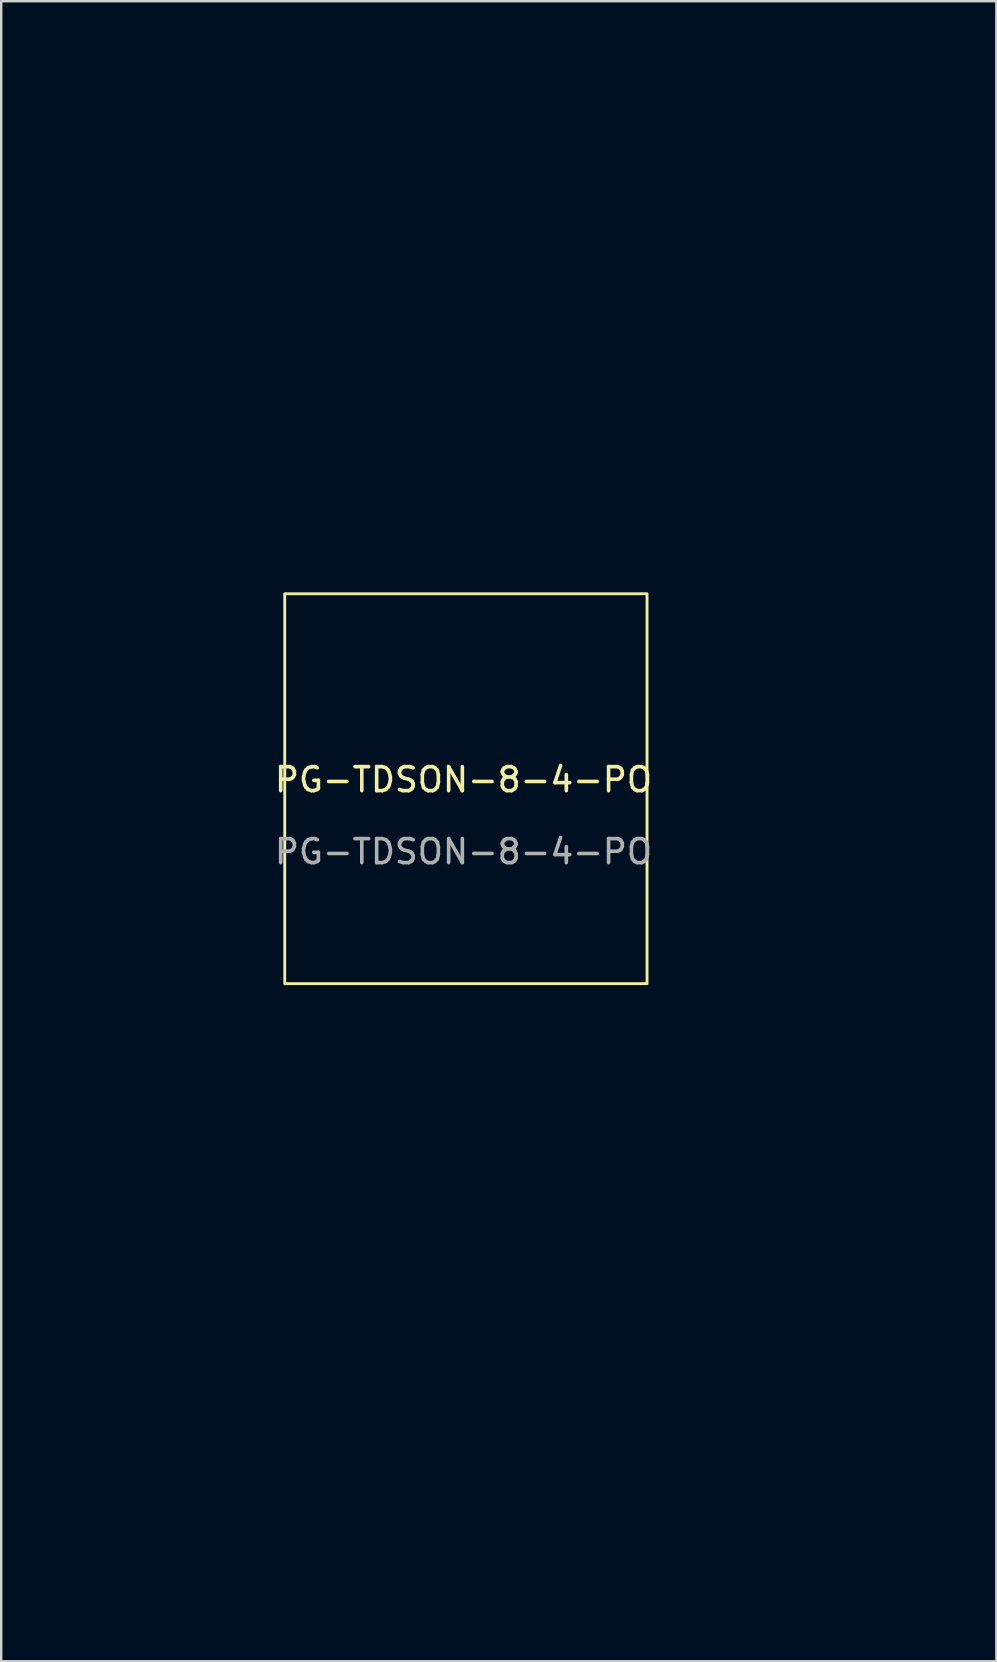
<source format=kicad_pcb>
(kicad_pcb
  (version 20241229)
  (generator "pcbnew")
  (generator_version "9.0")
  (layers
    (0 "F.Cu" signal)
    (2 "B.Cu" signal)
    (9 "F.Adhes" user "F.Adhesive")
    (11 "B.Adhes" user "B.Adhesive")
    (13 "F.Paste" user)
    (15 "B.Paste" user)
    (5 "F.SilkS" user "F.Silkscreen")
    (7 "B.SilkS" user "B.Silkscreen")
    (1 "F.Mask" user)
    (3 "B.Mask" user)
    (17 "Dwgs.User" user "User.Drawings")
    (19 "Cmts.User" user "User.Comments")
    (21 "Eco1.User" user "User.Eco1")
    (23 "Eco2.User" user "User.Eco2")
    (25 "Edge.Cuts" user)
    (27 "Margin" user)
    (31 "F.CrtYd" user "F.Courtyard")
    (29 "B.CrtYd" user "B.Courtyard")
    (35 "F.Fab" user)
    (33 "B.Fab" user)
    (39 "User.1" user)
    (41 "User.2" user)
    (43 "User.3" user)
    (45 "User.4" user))
  (footprint "PG-TDSON-8-4-PO"
    (layer "F.Cu")
    (at 16.268 29.948)
    (property "Reference" "PG-TDSON-8-4-PO" (at 0 -0.5 0) (unlocked yes) (layer "F.SilkS") (effects (font (size 1 1) (thickness 0.15))))
    (attr smd)
    (fp_rect (start -7.45 -8.25) (end 7.65 8) (stroke (width 0.12) (type solid)) (fill no) (layer "F.SilkS"))
    (fp_poly (pts (xy -11.115 -24.022) (xy -11.243 -23.893) (xy -11.372 -24.022) (xy -11.243 -24.15)) (stroke (width 0.1) (type solid)) (fill no) (layer "Eco2.User"))
    (fp_poly (pts (xy -2.392 23.956) (xy -2.52 24.084) (xy -2.648 23.956) (xy -2.52 23.828)) (stroke (width 0.1) (type solid)) (fill no) (layer "Eco2.User"))
    (fp_poly (pts (xy -0.596 -18.89) (xy -0.724 -18.762) (xy -0.853 -18.89) (xy -0.724 -19.019)) (stroke (width 0.1) (type solid)) (fill no) (layer "Eco2.User"))
    (fp_poly (pts (xy -0.596 28.318) (xy -0.724 28.446) (xy -0.853 28.318) (xy -0.724 28.189)) (stroke (width 0.1) (type solid)) (fill no) (layer "Eco2.User"))
    (fp_poly (pts (xy -0.083 19.081) (xy -0.211 19.21) (xy -0.339 19.081) (xy -0.211 18.953)) (stroke (width 0.1) (type solid)) (fill no) (layer "Eco2.User"))
    (fp_poly (pts (xy 0.174 -27.614) (xy 0.045 -27.485) (xy -0.083 -27.614) (xy 0.045 -27.742)) (stroke (width 0.1) (type solid)) (fill no) (layer "Eco2.User"))
    (fp_poly (pts (xy 11.463 -15.042) (xy 11.334 -14.914) (xy 11.206 -15.042) (xy 11.334 -15.17)) (stroke (width 0.1) (type solid)) (fill no) (layer "Eco2.User"))
    (fp_poly (pts (xy 12.232 7.536) (xy 12.104 7.664) (xy 11.976 7.536) (xy 12.104 7.408)) (stroke (width 0.1) (type solid)) (fill no) (layer "Eco2.User"))
    (fp_poly (pts (xy 12.489 -4.523) (xy 12.361 -4.394) (xy 12.232 -4.523) (xy 12.361 -4.651)) (stroke (width 0.1) (type solid)) (fill no) (layer "Eco2.User"))
    (fp_poly (pts (xy 17.62 3.687) (xy 17.492 3.816) (xy 17.364 3.687) (xy 17.492 3.559)) (stroke (width 0.1) (type solid)) (fill no) (layer "Eco2.User"))
    (fp_poly (pts (xy 0.088 -7.644) (xy 0.119 -7.34) (xy 0.088 -7.302) (xy -0.064 -7.337) (xy -0.083 -7.473) (xy 0.011 -7.684)) (stroke (width 0.1) (type solid)) (fill no) (layer "Eco2.User"))
    (fp_poly (pts (xy 0.088 7.237) (xy 0.119 7.541) (xy 0.088 7.579) (xy -0.064 7.543) (xy -0.083 7.408) (xy 0.011 7.196)) (stroke (width 0.1) (type solid)) (fill no) (layer "Eco2.User"))
    (fp_poly (pts (xy 6.759 32.38) (xy 6.724 32.532) (xy 6.588 32.551) (xy 6.377 32.457) (xy 6.417 32.38) (xy 6.721 32.349)) (stroke (width 0.1) (type solid)) (fill no) (layer "Eco2.User"))
    (fp_poly (pts (xy 0.098 -9.59) (xy 0.141 -8.842) (xy 0.098 -8.435) (xy 0.035 -8.314) (xy -0.005 -8.636) (xy -0.013 -9.013) (xy 0.007 -9.568) (xy 0.058 -9.72)) (stroke (width 0.1) (type solid)) (fill no) (layer "Eco2.User"))
    (fp_poly (pts (xy 0.098 -0.61) (xy 0.141 0.138) (xy 0.098 0.544) (xy 0.035 0.666) (xy -0.005 0.344) (xy -0.013 -0.033) (xy 0.007 -0.588) (xy 0.058 -0.74)) (stroke (width 0.1) (type solid)) (fill no) (layer "Eco2.User"))
    (fp_poly (pts (xy 0.098 14.271) (xy 0.141 15.018) (xy 0.098 15.425) (xy 0.035 15.547) (xy -0.005 15.224) (xy -0.013 14.848) (xy 0.007 14.293) (xy 0.058 14.141)) (stroke (width 0.1) (type solid)) (fill no) (layer "Eco2.User"))
    (fp_poly (pts (xy 9.391 32.035) (xy 9.402 32.359) (xy 9.357 32.939) (xy 9.198 33.024) (xy 9.027 32.81) (xy 9.011 32.403) (xy 9.132 32.104) (xy 9.319 31.853)) (stroke (width 0.1) (type solid)) (fill no) (layer "Eco2.User"))
    (fp_poly (pts (xy 8.705 31.946) (xy 8.732 32.344) (xy 8.653 32.661) (xy 8.489 32.979) (xy 8.348 32.826) (xy 8.324 32.766) (xy 8.29 32.363) (xy 8.41 31.999) (xy 8.598 31.856)) (stroke (width 0.1) (type solid)) (fill no) (layer "Eco2.User"))
    (fp_poly (pts (xy 3.509 15.105) (xy 0.943 15.105) (xy 0.943 14.848) (xy 1.2 14.848) (xy 3.253 14.848) (xy 3.253 10.743) (xy 1.2 10.743) (xy 1.2 14.848) (xy 0.943 14.848) (xy 0.943 10.486) (xy 3.509 10.486)) (stroke (width 0.1) (type solid)) (fill no) (layer "Eco2.User"))
    (fp_poly (pts (xy 11.132 8.729) (xy 11.769 8.763) (xy 11.907 8.813) (xy 11.592 8.88) (xy 11.005 9.022) (xy 10.694 9.198) (xy 10.446 9.213) (xy 10.234 9.047) (xy 10.109 8.835) (xy 10.307 8.737) (xy 10.911 8.723)) (stroke (width 0.1) (type solid)) (fill no) (layer "Eco2.User"))
    (fp_poly (pts (xy 13.708 31.785) (xy 13.99 31.837) (xy 13.814 32.006) (xy 13.533 32.289) (xy 13.512 32.394) (xy 13.467 32.762) (xy 13.426 32.878) (xy 13.331 32.895) (xy 13.279 32.498) (xy 13.279 32.487) (xy 13.366 31.944) (xy 13.707 31.785)) (stroke (width 0.1) (type solid)) (fill no) (layer "Eco2.User"))
    (fp_poly (pts (xy 0.101 -5.697) (xy 0.107 -5.613) (xy 0.144 -4.439) (xy 0.13 -3.168) (xy 0.107 -2.663) (xy 0.072 -2.326) (xy 0.043 -2.459) (xy 0.023 -3.019) (xy 0.014 -3.962) (xy 0.014 -4.138) (xy 0.021 -5.136) (xy 0.04 -5.757) (xy 0.067 -5.959)) (stroke (width 0.1) (type solid)) (fill no) (layer "Eco2.User"))
    (fp_poly (pts (xy 0.101 2.513) (xy 0.107 2.597) (xy 0.144 3.771) (xy 0.13 5.042) (xy 0.107 5.547) (xy 0.072 5.884) (xy 0.043 5.751) (xy 0.023 5.191) (xy 0.014 4.248) (xy 0.014 4.072) (xy 0.021 3.074) (xy 0.04 2.453) (xy 0.067 2.251)) (stroke (width 0.1) (type solid)) (fill no) (layer "Eco2.User"))
    (fp_poly (pts (xy 0.101 9.184) (xy 0.107 9.268) (xy 0.144 10.442) (xy 0.13 11.713) (xy 0.107 12.218) (xy 0.072 12.555) (xy 0.043 12.422) (xy 0.023 11.862) (xy 0.014 10.919) (xy 0.014 10.743) (xy 0.021 9.745) (xy 0.04 9.123) (xy 0.067 8.922)) (stroke (width 0.1) (type solid)) (fill no) (layer "Eco2.User"))
    (fp_poly (pts (xy 15.003 31.888) (xy 14.942 32.241) (xy 14.662 32.664) (xy 14.39 32.984) (xy 14.295 32.875) (xy 14.285 32.472) (xy 14.354 32.166) (xy 14.541 32.166) (xy 14.67 32.294) (xy 14.798 32.166) (xy 14.67 32.038) (xy 14.541 32.166) (xy 14.354 32.166) (xy 14.411 31.919) (xy 14.67 31.781)) (stroke (width 0.1) (type solid)) (fill no) (layer "Eco2.User"))
    (fp_poly (pts (xy -9.511 -26.109) (xy -9.322 -25.88) (xy -9.512 -25.585) (xy -9.727 -25.231) (xy -9.988 -24.627) (xy -10.005 -24.581) (xy -10.204 -24.145) (xy -10.317 -24.097) (xy -10.324 -24.15) (xy -10.224 -24.647) (xy -9.982 -25.226) (xy -9.765 -25.714) (xy -9.87 -25.925) (xy -10.304 -26.021) (xy -10.705 -26.093) (xy -10.64 -26.134) (xy -10.153 -26.164)) (stroke (width 0.1) (type solid)) (fill no) (layer "Eco2.User"))
    (fp_poly (pts (xy 1.778 -29.701) (xy 1.967 -29.472) (xy 1.777 -29.177) (xy 1.562 -28.823) (xy 1.301 -28.219) (xy 1.284 -28.172) (xy 1.084 -27.737) (xy 0.972 -27.689) (xy 0.965 -27.742) (xy 1.065 -28.239) (xy 1.307 -28.817) (xy 1.524 -29.305) (xy 1.419 -29.517) (xy 0.985 -29.613) (xy 0.584 -29.685) (xy 0.649 -29.726) (xy 1.136 -29.756)) (stroke (width 0.1) (type solid)) (fill no) (layer "Eco2.User"))
    (fp_poly (pts (xy 12.219 31.963) (xy 12.232 32.368) (xy 12.216 32.901) (xy 12.092 33.021) (xy 11.744 32.828) (xy 11.719 32.813) (xy 11.481 32.581) (xy 11.557 32.423) (xy 11.719 32.423) (xy 11.847 32.551) (xy 11.976 32.423) (xy 11.847 32.294) (xy 11.719 32.423) (xy 11.557 32.423) (xy 11.62 32.292) (xy 11.783 32.12) (xy 12.106 31.839)) (stroke (width 0.1) (type solid)) (fill no) (layer "Eco2.User"))
    (fp_poly (pts (xy 10.917 32.084) (xy 10.949 32.423) (xy 10.816 32.939) (xy 10.565 33.064) (xy 10.223 32.918) (xy 10.18 32.792) (xy 10.346 32.654) (xy 10.501 32.713) (xy 10.692 32.792) (xy 10.534 32.551) (xy 10.503 32.513) (xy 10.337 32.166) (xy 10.436 32.166) (xy 10.565 32.294) (xy 10.693 32.166) (xy 10.565 32.038) (xy 10.436 32.166) (xy 10.337 32.166) (xy 10.314 32.118) (xy 10.353 31.95) (xy 10.708 31.786)) (stroke (width 0.1) (type solid)) (fill no) (layer "Eco2.User"))
    (fp_poly (pts (xy 19.127 32.084) (xy 19.16 32.423) (xy 19.026 32.939) (xy 18.775 33.064) (xy 18.433 32.918) (xy 18.39 32.792) (xy 18.556 32.654) (xy 18.711 32.713) (xy 18.903 32.792) (xy 18.744 32.551) (xy 18.713 32.513) (xy 18.547 32.166) (xy 18.646 32.166) (xy 18.775 32.294) (xy 18.903 32.166) (xy 18.775 32.038) (xy 18.646 32.166) (xy 18.547 32.166) (xy 18.524 32.118) (xy 18.563 31.95) (xy 18.918 31.786)) (stroke (width 0.1) (type solid)) (fill no) (layer "Eco2.User"))
    (fp_poly (pts (xy -14.362 -0.982) (xy -14.03 -0.633) (xy -13.947 -0.109) (xy -14.148 0.319) (xy -14.194 0.352) (xy -14.369 0.273) (xy -14.386 -0.082) (xy -14.469 -0.569) (xy -14.707 -0.674) (xy -15.014 -0.468) (xy -15.056 -0.225) (xy -15.204 0.136) (xy -15.634 0.224) (xy -16.102 0.111) (xy -16.218 -0.312) (xy -16.217 -0.354) (xy -16.173 -0.701) (xy -16.089 -0.555) (xy -16.07 -0.482) (xy -15.908 -0.101) (xy -15.663 -0.131) (xy -15.241 -0.584) (xy -15.237 -0.589) (xy -14.721 -0.984)) (stroke (width 0.1) (type solid)) (fill no) (layer "Eco2.User"))
    (fp_poly (pts (xy -11.862 -25.738) (xy -11.672 -25.052) (xy -11.724 -24.575) (xy -12.03 -24.029) (xy -12.463 -23.895) (xy -12.863 -24.177) (xy -13.018 -24.54) (xy -13.027 -24.761) (xy -12.793 -24.761) (xy -12.734 -24.499) (xy -12.484 -24.204) (xy -12.215 -24.322) (xy -12.035 -24.77) (xy -12.013 -25.048) (xy -12.103 -25.605) (xy -12.301 -25.871) (xy -12.569 -25.744) (xy -12.755 -25.307) (xy -12.793 -24.761) (xy -13.027 -24.761) (xy -13.043 -25.169) (xy -12.869 -25.75) (xy -12.571 -26.109) (xy -12.335 -26.139)) (stroke (width 0.1) (type solid)) (fill no) (layer "Eco2.User"))
    (fp_poly (pts (xy -3.139 22.239) (xy -2.949 22.926) (xy -3 23.403) (xy -3.306 23.949) (xy -3.74 24.083) (xy -4.14 23.801) (xy -4.295 23.438) (xy -4.303 23.217) (xy -4.07 23.217) (xy -4.01 23.479) (xy -3.761 23.774) (xy -3.492 23.656) (xy -3.312 23.208) (xy -3.29 22.93) (xy -3.38 22.372) (xy -3.578 22.107) (xy -3.846 22.233) (xy -4.031 22.671) (xy -4.07 23.217) (xy -4.303 23.217) (xy -4.32 22.809) (xy -4.146 22.228) (xy -3.848 21.868) (xy -3.612 21.839)) (stroke (width 0.1) (type solid)) (fill no) (layer "Eco2.User"))
    (fp_poly (pts (xy -1.343 -20.607) (xy -1.153 -19.92) (xy -1.204 -19.443) (xy -1.51 -18.897) (xy -1.944 -18.763) (xy -2.344 -19.045) (xy -2.499 -19.409) (xy -2.507 -19.63) (xy -2.274 -19.63) (xy -2.214 -19.368) (xy -1.965 -19.073) (xy -1.696 -19.191) (xy -1.516 -19.638) (xy -1.494 -19.917) (xy -1.584 -20.474) (xy -1.782 -20.74) (xy -2.05 -20.613) (xy -2.235 -20.176) (xy -2.274 -19.63) (xy -2.507 -19.63) (xy -2.524 -20.038) (xy -2.35 -20.619) (xy -2.052 -20.978) (xy -1.816 -21.007)) (stroke (width 0.1) (type solid)) (fill no) (layer "Eco2.User"))
    (fp_poly (pts (xy -1.086 17.365) (xy -0.896 18.051) (xy -0.948 18.528) (xy -1.254 19.074) (xy -1.688 19.208) (xy -2.087 18.926) (xy -2.242 18.563) (xy -2.251 18.342) (xy -2.018 18.342) (xy -1.958 18.604) (xy -1.708 18.899) (xy -1.439 18.781) (xy -1.26 18.333) (xy -1.237 18.055) (xy -1.328 17.498) (xy -1.525 17.232) (xy -1.794 17.359) (xy -1.979 17.796) (xy -2.018 18.342) (xy -2.251 18.342) (xy -2.267 17.934) (xy -2.093 17.353) (xy -1.795 16.994) (xy -1.559 16.964)) (stroke (width 0.1) (type solid)) (fill no) (layer "Eco2.User"))
    (fp_poly (pts (xy 10.459 -16.759) (xy 10.649 -16.072) (xy 10.598 -15.595) (xy 10.292 -15.049) (xy 9.858 -14.915) (xy 9.458 -15.197) (xy 9.303 -15.56) (xy 9.295 -15.781) (xy 9.528 -15.781) (xy 9.588 -15.519) (xy 9.837 -15.224) (xy 10.106 -15.342) (xy 10.286 -15.79) (xy 10.308 -16.068) (xy 10.218 -16.626) (xy 10.02 -16.891) (xy 9.752 -16.765) (xy 9.567 -16.327) (xy 9.528 -15.781) (xy 9.295 -15.781) (xy 9.278 -16.189) (xy 9.452 -16.77) (xy 9.75 -17.13) (xy 9.986 -17.159)) (stroke (width 0.1) (type solid)) (fill no) (layer "Eco2.User"))
    (fp_poly (pts (xy 10.908 5.735) (xy 11.2 6.061) (xy 11.58 6.475) (xy 11.807 6.638) (xy 11.952 6.421) (xy 12.051 6.061) (xy 12.13 5.797) (xy 12.18 6.021) (xy 12.197 6.317) (xy 12.187 6.926) (xy 12.042 7.101) (xy 11.692 6.854) (xy 11.315 6.465) (xy 10.84 6.032) (xy 10.518 5.982) (xy 10.368 6.091) (xy 10.202 6.408) (xy 10.439 6.645) (xy 10.634 6.846) (xy 10.516 6.891) (xy 10.107 6.721) (xy 10.044 6.314) (xy 10.294 5.908) (xy 10.632 5.644)) (stroke (width 0.1) (type solid)) (fill no) (layer "Eco2.User"))
    (fp_poly (pts (xy 12.064 -6.37) (xy 12.397 -6.021) (xy 12.48 -5.497) (xy 12.279 -5.069) (xy 12.233 -5.036) (xy 12.058 -5.115) (xy 12.04 -5.47) (xy 11.958 -5.957) (xy 11.719 -6.062) (xy 11.412 -5.855) (xy 11.37 -5.613) (xy 11.222 -5.252) (xy 10.793 -5.164) (xy 10.324 -5.277) (xy 10.208 -5.7) (xy 10.21 -5.741) (xy 10.253 -6.089) (xy 10.337 -5.942) (xy 10.357 -5.87) (xy 10.519 -5.489) (xy 10.763 -5.519) (xy 11.185 -5.972) (xy 11.189 -5.977) (xy 11.705 -6.372)) (stroke (width 0.1) (type solid)) (fill no) (layer "Eco2.User"))
    (fp_poly (pts (xy -1.323 26.986) (xy -1.3 27.697) (xy -1.388 28.208) (xy -1.413 28.257) (xy -1.584 28.442) (xy -1.618 28.254) (xy -1.836 27.993) (xy -2.135 27.933) (xy -2.54 27.866) (xy -2.593 27.617) (xy -2.566 27.571) (xy -2.319 27.571) (xy -2.152 27.673) (xy -2.038 27.676) (xy -1.694 27.461) (xy -1.622 27.12) (xy -1.65 26.727) (xy -1.695 26.671) (xy -1.892 26.939) (xy -2.111 27.227) (xy -2.319 27.571) (xy -2.566 27.571) (xy -2.289 27.113) (xy -2.04 26.791) (xy -1.434 26.033)) (stroke (width 0.1) (type solid)) (fill no) (layer "Eco2.User"))
    (fp_poly (pts (xy -0.553 -28.945) (xy -0.53 -28.234) (xy -0.618 -27.723) (xy -0.643 -27.674) (xy -0.814 -27.489) (xy -0.849 -27.678) (xy -1.066 -27.938) (xy -1.366 -27.998) (xy -1.77 -28.065) (xy -1.824 -28.315) (xy -1.796 -28.361) (xy -1.549 -28.361) (xy -1.382 -28.258) (xy -1.269 -28.255) (xy -0.924 -28.47) (xy -0.853 -28.811) (xy -0.88 -29.205) (xy -0.925 -29.26) (xy -1.122 -28.993) (xy -1.341 -28.704) (xy -1.549 -28.361) (xy -1.796 -28.361) (xy -1.52 -28.819) (xy -1.27 -29.141) (xy -0.664 -29.898)) (stroke (width 0.1) (type solid)) (fill no) (layer "Eco2.User"))
    (fp_poly (pts (xy 0.986 26.986) (xy 1.009 27.697) (xy 0.921 28.208) (xy 0.896 28.257) (xy 0.725 28.442) (xy 0.691 28.254) (xy 0.473 27.993) (xy 0.174 27.933) (xy -0.231 27.866) (xy -0.284 27.617) (xy -0.257 27.571) (xy -0.01 27.571) (xy 0.157 27.673) (xy 0.271 27.676) (xy 0.615 27.461) (xy 0.687 27.12) (xy 0.66 26.727) (xy 0.614 26.671) (xy 0.417 26.939) (xy 0.198 27.227) (xy -0.01 27.571) (xy -0.257 27.571) (xy 0.02 27.113) (xy 0.269 26.791) (xy 0.875 26.033)) (stroke (width 0.1) (type solid)) (fill no) (layer "Eco2.User"))
    (fp_poly (pts (xy 12.083 -3.982) (xy 12.083 -3.982) (xy 12.441 -3.643) (xy 12.428 -3.188) (xy 12.073 -2.82) (xy 11.912 -2.76) (xy 11.343 -2.628) (xy 10.995 -2.672) (xy 10.594 -2.93) (xy 10.559 -2.956) (xy 10.254 -3.361) (xy 10.258 -3.377) (xy 10.493 -3.377) (xy 10.822 -3.091) (xy 11.463 -2.889) (xy 11.761 -2.985) (xy 11.974 -3.105) (xy 12.187 -3.411) (xy 12.005 -3.694) (xy 11.54 -3.849) (xy 11.192 -3.839) (xy 10.609 -3.651) (xy 10.493 -3.377) (xy 10.258 -3.377) (xy 10.357 -3.736) (xy 10.765 -4.011) (xy 11.375 -4.116)) (stroke (width 0.1) (type solid)) (fill no) (layer "Eco2.User"))
    (fp_poly (pts (xy 16.581 31.896) (xy 16.594 32.01) (xy 16.747 32.189) (xy 16.915 32.125) (xy 17.583 31.849) (xy 18.005 31.979) (xy 18.133 32.424) (xy 17.992 32.924) (xy 17.692 33.066) (xy 17.416 32.836) (xy 17.338 32.487) (xy 17.331 32.401) (xy 17.64 32.401) (xy 17.688 32.734) (xy 17.775 32.738) (xy 17.836 32.395) (xy 17.795 32.246) (xy 17.682 32.149) (xy 17.64 32.401) (xy 17.331 32.401) (xy 17.308 32.107) (xy 17.236 32.195) (xy 17.13 32.551) (xy 16.947 33.192) (xy 16.622 32.593) (xy 16.429 32.1) (xy 16.445 31.845)) (stroke (width 0.1) (type solid)) (fill no) (layer "Eco2.User"))
    (fp_poly (pts (xy 2.419 31.85) (xy 2.917 31.883) (xy 3.013 31.945) (xy 2.932 31.971) (xy 2.596 32.202) (xy 2.482 32.546) (xy 2.637 32.788) (xy 2.755 32.808) (xy 2.908 32.65) (xy 2.868 32.551) (xy 2.888 32.315) (xy 2.981 32.294) (xy 3.222 32.502) (xy 3.253 32.679) (xy 3.098 33.016) (xy 2.724 33.002) (xy 2.262 32.661) (xy 2.117 32.487) (xy 1.854 32.161) (xy 1.81 32.172) (xy 1.813 32.178) (xy 1.799 32.606) (xy 1.7 32.82) (xy 1.529 32.977) (xy 1.464 32.678) (xy 1.46 32.513) (xy 1.511 32.067) (xy 1.769 31.88) (xy 2.382 31.849)) (stroke (width 0.1) (type solid)) (fill no) (layer "Eco2.User"))
    (fp_poly (pts (xy 2.518 26.416) (xy 2.599 26.586) (xy 2.674 26.878) (xy 2.479 26.746) (xy 2.447 26.714) (xy 2.001 26.415) (xy 1.748 26.555) (xy 1.713 26.793) (xy 1.825 27.068) (xy 1.941 27.053) (xy 2.267 27.088) (xy 2.56 27.429) (xy 2.681 27.883) (xy 2.648 28.058) (xy 2.307 28.399) (xy 1.832 28.398) (xy 1.446 28.081) (xy 1.375 27.905) (xy 1.37 27.821) (xy 1.753 27.821) (xy 1.816 28.135) (xy 2.009 28.133) (xy 2.325 27.85) (xy 2.355 27.719) (xy 2.217 27.43) (xy 1.944 27.484) (xy 1.753 27.821) (xy 1.37 27.821) (xy 1.335 27.238) (xy 1.515 26.663) (xy 1.829 26.272) (xy 2.192 26.159)) (stroke (width 0.1) (type solid)) (fill no) (layer "Eco2.User"))
    (fp_poly (pts (xy 17.232 4.42) (xy 17.503 4.705) (xy 17.619 5.147) (xy 17.551 5.518) (xy 17.385 5.612) (xy 16.938 5.686) (xy 16.807 5.724) (xy 16.315 5.723) (xy 15.888 5.604) (xy 15.414 5.247) (xy 15.356 4.822) (xy 15.73 4.481) (xy 15.76 4.469) (xy 16.053 4.394) (xy 15.92 4.589) (xy 15.888 4.621) (xy 15.59 5.068) (xy 15.729 5.32) (xy 15.968 5.355) (xy 16.242 5.244) (xy 16.227 5.128) (xy 16.238 5.024) (xy 16.442 5.024) (xy 16.477 5.116) (xy 16.795 5.324) (xy 17.18 5.321) (xy 17.364 5.114) (xy 17.161 4.756) (xy 16.742 4.658) (xy 16.59 4.716) (xy 16.442 5.024) (xy 16.238 5.024) (xy 16.262 4.801) (xy 16.604 4.508) (xy 17.057 4.388)) (stroke (width 0.1) (type solid)) (fill no) (layer "Eco2.User"))
    (fp_poly (pts (xy 8.105 31.907) (xy 8.127 32.03) (xy 7.939 32.171) (xy 7.742 32.131) (xy 7.418 32.174) (xy 7.358 32.423) (xy 7.504 32.738) (xy 7.742 32.715) (xy 8.074 32.694) (xy 8.127 32.783) (xy 7.894 32.895) (xy 7.289 32.969) (xy 6.588 32.989) (xy 5.722 32.961) (xy 5.254 32.87) (xy 5.07 32.68) (xy 5.048 32.508) (xy 5.026 32.423) (xy 5.305 32.423) (xy 5.444 32.764) (xy 5.562 32.808) (xy 5.789 32.6) (xy 5.818 32.423) (xy 5.68 32.081) (xy 5.562 32.038) (xy 5.334 32.246) (xy 5.305 32.423) (xy 5.026 32.423) (xy 4.94 32.098) (xy 4.711 32.099) (xy 4.508 32.483) (xy 4.481 32.615) (xy 4.408 32.97) (xy 4.331 32.869) (xy 4.242 32.481) (xy 4.176 32.072) (xy 4.281 31.865) (xy 4.67 31.801) (xy 5.457 31.815) (xy 5.463 31.815) (xy 6.229 31.859) (xy 6.554 31.943) (xy 6.509 32.092) (xy 6.416 32.166) (xy 6.148 32.45) (xy 6.324 32.675) (xy 6.339 32.684) (xy 6.742 32.67) (xy 7.05 32.338) (xy 7.445 31.939) (xy 7.851 31.779)) (stroke (width 0.1) (type solid)) (fill no) (layer "Eco2.User"))
    (fp_poly (pts (xy 0.494 21.805) (xy 0.842 21.849) (xy 0.695 21.932) (xy 0.623 21.952) (xy 0.242 22.114) (xy 0.272 22.359) (xy 0.725 22.781) (xy 0.73 22.785) (xy 1.159 23.289) (xy 1.106 23.684) (xy 0.596 23.939) (xy -0.298 24.025) (xy -1.091 23.99) (xy -1.512 23.851) (xy -1.699 23.558) (xy -1.712 23.514) (xy -1.714 23.459) (xy -1.326 23.459) (xy -1.263 23.774) (xy -1.069 23.772) (xy -0.754 23.489) (xy -0.724 23.357) (xy -0.862 23.069) (xy -1.135 23.123) (xy -1.326 23.459) (xy -1.714 23.459) (xy -1.747 22.854) (xy -1.56 22.288) (xy -1.239 21.908) (xy -0.873 21.806) (xy -0.549 22.075) (xy -0.48 22.224) (xy -0.405 22.517) (xy -0.599 22.385) (xy -0.632 22.353) (xy -1.078 22.054) (xy -1.33 22.194) (xy -1.366 22.432) (xy -1.259 22.71) (xy -1.148 22.697) (xy -0.852 22.778) (xy -0.418 23.153) (xy -0.365 23.212) (xy 0.162 23.653) (xy 0.587 23.726) (xy 0.805 23.424) (xy 0.815 23.293) (xy 0.608 23.004) (xy 0.366 22.965) (xy 0.005 22.818) (xy -0.083 22.388) (xy 0.03 21.919) (xy 0.453 21.803)) (stroke (width 0.1) (type solid)) (fill no) (layer "Eco2.User"))
    (fp_poly (pts (xy 1.502 17.198) (xy 1.573 17.349) (xy 1.648 17.642) (xy 1.453 17.51) (xy 1.42 17.478) (xy 0.975 17.179) (xy 0.721 17.314) (xy 0.687 17.542) (xy 0.849 17.846) (xy 0.998 17.863) (xy 1.335 18.015) (xy 1.551 18.327) (xy 1.734 18.664) (xy 1.939 18.679) (xy 2.326 18.36) (xy 2.439 18.256) (xy 2.85 17.796) (xy 2.876 17.478) (xy 2.773 17.345) (xy 2.456 17.18) (xy 2.22 17.416) (xy 2.019 17.611) (xy 1.974 17.493) (xy 2.143 17.084) (xy 2.55 17.021) (xy 2.956 17.272) (xy 3.221 17.609) (xy 3.129 17.885) (xy 2.804 18.177) (xy 2.389 18.558) (xy 2.226 18.784) (xy 2.443 18.928) (xy 2.804 19.024) (xy 2.89 19.082) (xy 2.54 19.125) (xy 1.929 19.144) (xy 1.082 19.126) (xy 0.614 19.024) (xy 0.395 18.797) (xy 0.342 18.643) (xy 0.339 18.584) (xy 0.727 18.584) (xy 0.79 18.899) (xy 0.983 18.897) (xy 1.299 18.614) (xy 1.328 18.483) (xy 1.19 18.194) (xy 0.918 18.248) (xy 0.727 18.584) (xy 0.339 18.584) (xy 0.306 17.982) (xy 0.492 17.415) (xy 0.812 17.033) (xy 1.178 16.93)) (stroke (width 0.1) (type solid)) (fill no) (layer "Eco2.User"))
    (fp_poly (pts (xy 17.219 0.317) (xy 17.474 0.828) (xy 17.561 1.728) (xy 17.512 2.581) (xy 17.307 3.022) (xy 16.86 3.149) (xy 16.337 3.1) (xy 15.754 2.942) (xy 15.463 2.779) (xy 15.411 2.514) (xy 15.617 2.514) (xy 15.741 2.748) (xy 15.953 2.789) (xy 16.272 2.659) (xy 16.272 2.657) (xy 16.672 2.657) (xy 16.876 2.924) (xy 17.125 2.907) (xy 17.344 2.547) (xy 17.364 2.389) (xy 17.206 2.057) (xy 16.881 2.1) (xy 16.722 2.276) (xy 16.672 2.657) (xy 16.272 2.657) (xy 16.288 2.514) (xy 16.023 2.249) (xy 15.953 2.238) (xy 15.652 2.438) (xy 15.617 2.514) (xy 15.411 2.514) (xy 15.398 2.443) (xy 15.637 2.086) (xy 16.019 1.899) (xy 16.195 1.921) (xy 16.616 1.855) (xy 17.05 1.513) (xy 17.295 1.08) (xy 17.29 0.9) (xy 17.013 0.625) (xy 16.663 0.687) (xy 16.5 1.034) (xy 16.501 1.058) (xy 16.353 1.419) (xy 15.924 1.507) (xy 15.455 1.393) (xy 15.339 0.971) (xy 15.341 0.929) (xy 15.384 0.582) (xy 15.468 0.728) (xy 15.488 0.801) (xy 15.65 1.182) (xy 15.895 1.152) (xy 16.316 0.699) (xy 16.32 0.694) (xy 16.825 0.264)) (stroke (width 0.1) (type solid)) (fill no) (layer "Eco2.User"))
    (fp_poly (pts (xy 0.979 -20.792) (xy 1.059 -20.622) (xy 1.135 -20.33) (xy 0.94 -20.462) (xy 0.907 -20.494) (xy 0.461 -20.793) (xy 0.209 -20.653) (xy 0.174 -20.415) (xy 0.281 -20.137) (xy 0.393 -20.15) (xy 0.697 -20.075) (xy 1.149 -19.713) (xy 1.207 -19.652) (xy 1.784 -19.171) (xy 2.235 -19.036) (xy 2.469 -19.266) (xy 2.483 -19.404) (xy 2.328 -19.745) (xy 2.195 -19.788) (xy 2.046 -19.897) (xy 2.207 -20.15) (xy 2.376 -20.506) (xy 2.21 -20.696) (xy 1.841 -20.679) (xy 1.688 -20.527) (xy 1.498 -20.343) (xy 1.46 -20.479) (xy 1.646 -20.888) (xy 1.724 -20.95) (xy 2.134 -20.974) (xy 2.457 -20.594) (xy 2.615 -19.918) (xy 2.62 -19.739) (xy 2.54 -19.126) (xy 2.253 -18.858) (xy 2.034 -18.808) (xy 1.573 -18.863) (xy 1.457 -19.052) (xy 1.382 -19.246) (xy 1.149 -19.07) (xy 0.605 -18.78) (xy 0.101 -18.896) (xy -0.164 -19.303) (xy -0.169 -19.388) (xy 0.213 -19.388) (xy 0.277 -19.073) (xy 0.47 -19.075) (xy 0.785 -19.358) (xy 0.815 -19.489) (xy 0.677 -19.778) (xy 0.404 -19.724) (xy 0.213 -19.388) (xy -0.169 -19.388) (xy -0.204 -19.97) (xy -0.024 -20.546) (xy 0.29 -20.936) (xy 0.653 -21.049)) (stroke (width 0.1) (type solid)) (fill no) (layer "Eco2.User"))
    (fp_poly (pts (xy 13.037 -16.944) (xy 13.118 -16.774) (xy 13.193 -16.481) (xy 12.999 -16.613) (xy 12.966 -16.645) (xy 12.52 -16.944) (xy 12.268 -16.804) (xy 12.232 -16.566) (xy 12.34 -16.289) (xy 12.452 -16.302) (xy 12.755 -16.227) (xy 13.207 -15.865) (xy 13.266 -15.804) (xy 13.843 -15.323) (xy 14.294 -15.188) (xy 14.528 -15.417) (xy 14.541 -15.555) (xy 14.386 -15.896) (xy 14.253 -15.94) (xy 14.105 -16.049) (xy 14.266 -16.302) (xy 14.434 -16.658) (xy 14.269 -16.848) (xy 13.899 -16.831) (xy 13.747 -16.678) (xy 13.556 -16.494) (xy 13.519 -16.63) (xy 13.705 -17.04) (xy 13.783 -17.101) (xy 14.181 -17.105) (xy 14.542 -16.81) (xy 14.657 -16.401) (xy 14.64 -16.339) (xy 14.706 -15.917) (xy 15.048 -15.484) (xy 15.481 -15.239) (xy 15.662 -15.244) (xy 15.937 -15.521) (xy 15.874 -15.871) (xy 15.527 -16.034) (xy 15.504 -16.033) (xy 15.142 -16.18) (xy 15.055 -16.61) (xy 15.168 -17.079) (xy 15.59 -17.195) (xy 15.632 -17.193) (xy 15.979 -17.149) (xy 15.833 -17.066) (xy 15.76 -17.046) (xy 15.379 -16.884) (xy 15.409 -16.639) (xy 15.862 -16.217) (xy 15.867 -16.213) (xy 16.298 -15.709) (xy 16.245 -15.315) (xy 15.734 -15.061) (xy 14.817 -14.973) (xy 14.032 -15.023) (xy 13.579 -15.158) (xy 13.515 -15.251) (xy 13.395 -15.369) (xy 13.207 -15.222) (xy 12.663 -14.932) (xy 12.159 -15.048) (xy 11.894 -15.454) (xy 11.889 -15.539) (xy 12.272 -15.539) (xy 12.335 -15.224) (xy 12.529 -15.226) (xy 12.844 -15.509) (xy 12.874 -15.641) (xy 12.736 -15.929) (xy 12.463 -15.875) (xy 12.272 -15.539) (xy 11.889 -15.539) (xy 11.854 -16.122) (xy 12.034 -16.697) (xy 12.349 -17.087) (xy 12.712 -17.2)) (stroke (width 0.1) (type solid)) (fill no) (layer "Eco2.User"))
    (fp_poly (pts (xy -5.827 -27.336) (xy -5.779 -27.256) (xy -5.504 -27.163) (xy -4.805 -27.088) (xy -3.772 -27.03) (xy -2.495 -26.989) (xy -1.062 -26.965) (xy 0.437 -26.96) (xy 1.912 -26.971) (xy 3.275 -27.001) (xy 4.436 -27.048) (xy 5.305 -27.114) (xy 5.793 -27.197) (xy 5.866 -27.243) (xy 6.155 -27.387) (xy 6.873 -27.307) (xy 7.03 -27.273) (xy 7.799 -27.156) (xy 8.175 -27.25) (xy 8.224 -27.323) (xy 8.256 -27.157) (xy 8.287 -26.541) (xy 8.314 -25.539) (xy 8.337 -24.214) (xy 8.354 -22.628) (xy 8.364 -20.885) (xy 8.384 -14.157) (xy 16.466 -14.002) (xy 8.384 -13.887) (xy 8.384 -9.269) (xy 13.268 -9.269) (xy 13.111 -9.975) (xy 12.948 -10.672) (xy 12.833 -11.129) (xy 12.853 -11.502) (xy 12.985 -11.578) (xy 13.161 -11.807) (xy 13.281 -12.382) (xy 13.302 -12.669) (xy 13.345 -13.759) (xy 13.449 -12.736) (xy 13.572 -12.05) (xy 13.75 -11.611) (xy 13.802 -11.56) (xy 13.922 -11.198) (xy 13.832 -10.439) (xy 13.81 -10.338) (xy 13.57 -9.269) (xy 16.557 -9.239) (xy 17.674 -9.219) (xy 18.525 -9.185) (xy 19.027 -9.141) (xy 19.101 -9.094) (xy 19.095 -9.092) (xy 18.845 -8.96) (xy 18.759 -8.665) (xy 18.835 -8.099) (xy 19.072 -7.154) (xy 19.072 -7.153) (xy 19.052 -6.78) (xy 18.92 -6.704) (xy 18.841 -6.494) (xy 18.776 -5.854) (xy 18.724 -4.769) (xy 18.686 -3.224) (xy 18.661 -1.204) (xy 18.648 1.305) (xy 18.646 2.918) (xy 18.653 5.765) (xy 18.674 8.119) (xy 18.709 9.977) (xy 18.757 11.334) (xy 18.818 12.187) (xy 18.894 12.531) (xy 18.908 12.539) (xy 19.046 12.694) (xy 19.015 13.2) (xy 18.81 14.115) (xy 18.74 14.378) (xy 18.841 14.796) (xy 19.085 14.926) (xy 19.03 14.974) (xy 18.543 15.018) (xy 17.705 15.053) (xy 16.597 15.074) (xy 16.561 15.075) (xy 13.577 15.105) (xy 13.83 16.291) (xy 13.956 17.166) (xy 13.862 17.605) (xy 13.818 17.641) (xy 13.626 17.981) (xy 13.475 18.623) (xy 13.449 18.828) (xy 13.345 19.851) (xy 13.302 18.761) (xy 13.217 18.094) (xy 13.056 17.709) (xy 12.982 17.67) (xy 12.835 17.441) (xy 12.88 16.787) (xy 13.11 15.758) (xy 13.167 15.554) (xy 13.179 15.354) (xy 13.025 15.223) (xy 12.619 15.148) (xy 11.878 15.114) (xy 10.716 15.105) (xy 10.582 15.105) (xy 7.871 15.105) (xy 7.841 22.737) (xy 7.83 24.631) (xy 7.812 26.324) (xy 7.79 27.758) (xy 7.764 28.876) (xy 7.735 29.619) (xy 7.705 29.929) (xy 7.694 29.921) (xy 7.562 29.671) (xy 7.267 29.585) (xy 6.7 29.661) (xy 5.755 29.898) (xy 5.754 29.898) (xy 5.382 29.878) (xy 5.305 29.746) (xy 5.068 29.64) (xy 4.351 29.56) (xy 3.146 29.506) (xy 1.443 29.478) (xy 0.045 29.472) (xy -1.926 29.485) (xy -3.454 29.522) (xy -4.519 29.583) (xy -5.102 29.666) (xy -5.214 29.734) (xy -5.37 29.872) (xy -5.876 29.841) (xy -6.79 29.636) (xy -7.053 29.566) (xy -7.471 29.667) (xy -7.601 29.911) (xy -7.653 29.872) (xy -7.7 29.405) (xy -7.735 28.594) (xy -7.75 27.848) (xy -7.78 25.326) (xy -8.614 25.494) (xy -9.34 25.651) (xy -9.896 25.788) (xy -10.269 25.779) (xy -10.345 25.656) (xy -10.574 25.477) (xy -11.149 25.333) (xy -11.436 25.298) (xy -12.526 25.2) (xy -11.436 25.155) (xy -11.09 25.111) (xy -7.523 25.111) (xy -5.471 25.111) (xy -5.471 20.226) (xy -6.176 20.381) (xy -6.815 20.53) (xy -7.203 20.634) (xy -7.379 20.897) (xy -7.484 21.58) (xy -7.523 22.726) (xy -7.523 22.922) (xy -7.523 25.111) (xy -11.09 25.111) (xy -10.77 25.069) (xy -10.384 24.905) (xy -10.345 24.83) (xy -10.116 24.673) (xy -9.42 24.683) (xy -9.063 24.726) (xy -7.78 24.902) (xy -7.784 22.89) (xy -7.809 21.896) (xy -7.872 21.089) (xy -7.96 20.617) (xy -7.979 20.576) (xy -8.339 20.359) (xy -8.994 20.196) (xy -9.194 20.17) (xy -10.217 20.066) (xy -9.154 20.022) (xy -8.309 19.884) (xy -7.936 19.573) (xy -7.919 19.451) (xy -7.523 19.451) (xy -6.689 19.692) (xy -6.067 19.863) (xy -5.678 19.954) (xy -5.663 19.956) (xy -5.581 19.729) (xy -5.516 19.098) (xy -5.477 18.174) (xy -5.471 17.542) (xy -5.471 15.105) (xy -7.523 15.105) (xy -7.523 19.451) (xy -7.919 19.451) (xy -7.884 19.191) (xy -7.839 18.39) (xy -7.805 17.264) (xy -7.785 15.907) (xy -7.78 14.848) (xy -7.523 14.848) (xy -5.471 14.848) (xy -5.471 10.743) (xy -7.523 10.743) (xy -7.523 14.848) (xy -7.78 14.848) (xy -7.78 14.827) (xy -7.78 10.486) (xy -5.214 10.486) (xy -5.214 19.979) (xy -3.418 19.979) (xy -3.418 14.848) (xy -3.162 14.848) (xy -1.109 14.848) (xy -1.109 10.743) (xy -3.162 10.743) (xy -3.162 14.848) (xy -3.418 14.848) (xy -3.418 10.486) (xy -0.853 10.486) (xy -0.853 15.105) (xy -3.162 15.105) (xy -3.162 19.925) (xy -2.093 19.685) (xy -1.277 19.571) (xy -0.877 19.686) (xy -0.866 19.7) (xy -0.552 19.83) (xy 0.141 19.948) (xy 1.077 20.031) (xy 1.336 20.044) (xy 3.381 20.133) (xy 1.264 20.184) (xy 0.118 20.246) (xy -0.602 20.36) (xy -0.853 20.519) (xy -0.853 20.52) (xy -1.009 20.675) (xy -1.515 20.643) (xy -2.426 20.419) (xy -2.692 20.341) (xy -3.108 20.426) (xy -3.239 20.674) (xy -3.338 20.991) (xy -3.379 20.812) (xy -3.388 20.685) (xy -3.555 20.364) (xy -4.072 20.242) (xy -4.316 20.236) (xy -5.214 20.236) (xy -5.214 24.885) (xy -4.06 24.712) (xy -3.259 24.649) (xy -2.917 24.765) (xy -2.905 24.815) (xy -2.661 24.965) (xy -1.98 25.088) (xy -0.939 25.17) (xy -0.788 25.176) (xy 1.328 25.263) (xy -0.788 25.315) (xy -1.758 25.365) (xy -2.494 25.451) (xy -2.877 25.558) (xy -2.905 25.596) (xy -3.129 25.692) (xy -3.713 25.638) (xy -3.974 25.586) (xy -4.728 25.468) (xy -5.137 25.555) (xy -5.253 25.677) (xy -5.43 25.87) (xy -5.467 25.688) (xy -5.709 25.462) (xy -6.384 25.368) (xy -6.497 25.367) (xy -7.523 25.367) (xy -7.523 29.161) (xy -6.447 28.888) (xy -5.714 28.746) (xy -5.35 28.803) (xy -5.271 28.915) (xy -4.997 29.016) (xy -4.309 29.097) (xy -3.299 29.16) (xy -2.06 29.203) (xy -0.683 29.227) (xy 0.739 29.231) (xy 2.115 29.216) (xy 3.351 29.18) (xy 4.356 29.124) (xy 5.038 29.047) (xy 5.304 28.949) (xy 5.305 28.943) (xy 5.542 28.791) (xy 6.234 28.814) (xy 6.46 28.844) (xy 7.614 29.017) (xy 7.614 15.105) (xy 5.305 15.105) (xy 5.305 14.848) (xy 5.562 14.848) (xy 7.614 14.848) (xy 7.871 14.848) (xy 13.259 14.848) (xy 13.259 10.743) (xy 7.871 10.743) (xy 7.871 14.848) (xy 7.614 14.848) (xy 7.614 10.743) (xy 5.562 10.743) (xy 5.562 14.848) (xy 5.305 14.848) (xy 5.305 10.486) (xy 13.268 10.486) (xy 13.111 9.781) (xy 12.948 9.084) (xy 12.833 8.626) (xy 12.853 8.254) (xy 12.985 8.177) (xy 13.149 7.944) (xy 13.268 7.34) (xy 13.305 6.83) (xy 13.351 5.483) (xy 13.45 6.761) (xy 13.553 7.529) (xy 13.707 8.063) (xy 13.799 8.194) (xy 13.922 8.559) (xy 13.831 9.323) (xy 13.813 9.405) (xy 13.692 10.091) (xy 13.753 10.434) (xy 13.994 10.572) (xy 14.26 10.666) (xy 14.026 10.709) (xy 13.964 10.713) (xy 13.738 10.793) (xy 13.602 11.064) (xy 13.536 11.626) (xy 13.515 12.582) (xy 13.515 12.795) (xy 13.515 14.848) (xy 18.192 14.848) (xy 18.018 13.693) (xy 17.955 12.899) (xy 18.066 12.552) (xy 18.118 12.539) (xy 18.193 12.294) (xy 18.257 11.604) (xy 18.31 10.538) (xy 18.351 9.163) (xy 18.382 7.549) (xy 18.401 5.763) (xy 18.409 3.874) (xy 18.406 1.95) (xy 18.392 0.059) (xy 18.367 -1.73) (xy 18.332 -3.349) (xy 18.286 -4.73) (xy 18.23 -5.805) (xy 18.164 -6.505) (xy 18.09 -6.761) (xy 17.925 -6.972) (xy 17.962 -7.498) (xy 18.062 -7.937) (xy 18.335 -9.013) (xy 13.515 -9.013) (xy 13.515 -8.262) (xy 13.664 -7.609) (xy 13.964 -7.394) (xy 14.256 -7.296) (xy 14.056 -7.251) (xy 13.991 -7.246) (xy 13.74 -7.156) (xy 13.685 -6.845) (xy 13.802 -6.182) (xy 13.81 -6.148) (xy 13.922 -5.347) (xy 13.821 -4.941) (xy 13.8 -4.925) (xy 13.628 -4.596) (xy 13.487 -3.946) (xy 13.449 -3.621) (xy 13.348 -2.47) (xy 13.303 -3.689) (xy 13.228 -4.4) (xy 13.086 -4.839) (xy 12.997 -4.908) (xy 12.859 -5.066) (xy 12.892 -5.579) (xy 13.101 -6.504) (xy 13.171 -6.768) (xy 13.181 -6.976) (xy 13.015 -7.108) (xy 12.584 -7.181) (xy 11.801 -7.211) (xy 10.839 -7.217) (xy 8.384 -7.217) (xy 8.384 8.69) (xy 0.943 8.69) (xy 0.943 8.434) (xy 1.2 8.434) (xy 8.127 8.434) (xy 8.127 -7.217) (xy 3.509 -7.217) (xy 3.509 -7.473) (xy 3.766 -7.473) (xy 5.562 -7.473) (xy 5.562 -8.243) (xy 5.818 -8.243) (xy 5.852 -7.77) (xy 6.045 -7.545) (xy 6.537 -7.478) (xy 6.973 -7.473) (xy 8.384 -7.473) (xy 13.259 -7.473) (xy 13.259 -9.013) (xy 8.384 -9.013) (xy 8.384 -7.473) (xy 6.973 -7.473) (xy 7.683 -7.496) (xy 8.019 -7.624) (xy 8.121 -7.953) (xy 8.127 -8.243) (xy 8.094 -8.716) (xy 7.901 -8.94) (xy 7.408 -9.008) (xy 6.973 -9.013) (xy 6.263 -8.99) (xy 5.927 -8.861) (xy 5.825 -8.533) (xy 5.818 -8.243) (xy 5.562 -8.243) (xy 5.562 -9.269) (xy 5.818 -9.269) (xy 8.127 -9.269) (xy 8.127 -11.45) (xy 8.12 -12.507) (xy 8.079 -13.153) (xy 7.979 -13.488) (xy 7.792 -13.615) (xy 7.55 -13.634) (xy 6.807 -13.707) (xy 6.395 -13.793) (xy 6.124 -13.845) (xy 5.954 -13.763) (xy 5.863 -13.455) (xy 5.826 -12.831) (xy 5.818 -11.798) (xy 5.818 -11.608) (xy 5.818 -9.269) (xy 5.562 -9.269) (xy 5.562 -13.887) (xy 3.766 -13.887) (xy 3.766 -7.473) (xy 3.509 -7.473) (xy 3.509 -8.115) (xy 3.484 -8.666) (xy 3.317 -8.928) (xy 2.868 -9.007) (xy 2.355 -9.013) (xy 1.2 -9.013) (xy 1.2 8.434) (xy 0.943 8.434) (xy 0.943 -9.269) (xy 1.2 -9.269) (xy 3.509 -9.269) (xy 3.509 -13.952) (xy 2.707 -13.791) (xy 2.029 -13.677) (xy 1.553 -13.631) (xy 1.373 -13.509) (xy 1.263 -13.089) (xy 1.21 -12.294) (xy 1.2 -11.45) (xy 1.2 -9.269) (xy 0.943 -9.269) (xy 0.943 -13.855) (xy 0.11 -13.958) (xy -0.724 -14.062) (xy 0.943 -14.144) (xy 0.943 -17.479) (xy -0.853 -17.479) (xy -0.853 8.69) (xy -7.587 8.661) (xy -9.357 8.648) (xy -10.918 8.629) (xy -12.21 8.605) (xy -13.172 8.576) (xy -13.743 8.544) (xy -13.863 8.511) (xy -13.523 8.229) (xy -13.53 7.964) (xy -13.798 6.954) (xy -13.872 6.362) (xy -13.759 6.132) (xy -13.709 6.125) (xy -13.611 5.936) (xy -13.536 5.353) (xy -13.481 4.35) (xy -13.445 2.9) (xy -13.427 0.977) (xy -13.424 -0.289) (xy -13.425 -0.381) (xy -13.179 -0.381) (xy -13.172 1.192) (xy -13.15 2.685) (xy -13.112 4.013) (xy -13.059 5.093) (xy -12.991 5.838) (xy -12.907 6.165) (xy -12.897 6.172) (xy -12.753 6.458) (xy -12.831 7.169) (xy -12.869 7.348) (xy -13.113 8.434) (xy -8.293 8.434) (xy -8.036 8.434) (xy -1.109 8.434) (xy -1.109 -9.013) (xy -2.264 -9.013) (xy -2.973 -8.993) (xy -3.309 -8.864) (xy -3.411 -8.514) (xy -3.418 -8.115) (xy -3.443 -7.563) (xy -3.61 -7.302) (xy -4.059 -7.222) (xy -4.573 -7.217) (xy -5.282 -7.236) (xy -5.618 -7.366) (xy -5.72 -7.715) (xy -5.727 -8.115) (xy -5.752 -8.666) (xy -5.919 -8.928) (xy -6.368 -9.007) (xy -6.882 -9.013) (xy -8.036 -9.013) (xy -8.036 8.434) (xy -8.293 8.434) (xy -8.293 -9.013) (xy -13.113 -9.013) (xy -12.869 -7.927) (xy -12.751 -7.135) (xy -12.853 -6.773) (xy -12.897 -6.751) (xy -12.982 -6.478) (xy -13.052 -5.776) (xy -13.107 -4.731) (xy -13.146 -3.427) (xy -13.17 -1.949) (xy -13.179 -0.381) (xy -13.425 -0.381) (xy -13.435 -2.521) (xy -13.465 -4.29) (xy -13.516 -5.584) (xy -13.586 -6.392) (xy -13.675 -6.701) (xy -13.686 -6.704) (xy -13.824 -6.859) (xy -13.793 -7.365) (xy -13.588 -8.279) (xy -13.518 -8.543) (xy -13.619 -8.96) (xy -13.863 -9.09) (xy -13.807 -9.138) (xy -13.319 -9.182) (xy -12.479 -9.217) (xy -11.368 -9.239) (xy -11.308 -9.239) (xy -8.293 -9.269) (xy -8.036 -9.269) (xy -5.727 -9.269) (xy -5.727 -22.611) (xy -8.036 -22.611) (xy -8.036 -9.269) (xy -8.293 -9.269) (xy -8.293 -22.666) (xy -8.998 -22.494) (xy -9.757 -22.309) (xy -10.281 -22.182) (xy -10.736 -22.174) (xy -10.859 -22.326) (xy -11.092 -22.506) (xy -11.697 -22.628) (xy -12.077 -22.655) (xy -13.296 -22.7) (xy -12.146 -22.801) (xy -11.732 -22.867) (xy -8.036 -22.867) (xy -6.882 -22.867) (xy -6.14 -22.91) (xy -5.785 -23.068) (xy -5.698 -23.316) (xy -5.656 -23.608) (xy -5.57 -23.399) (xy -5.557 -23.35) (xy -5.415 -23.109) (xy -5.076 -23.051) (xy -4.403 -23.157) (xy -4.272 -23.185) (xy -3.399 -23.308) (xy -2.965 -23.209) (xy -2.934 -23.17) (xy -2.594 -22.978) (xy -1.952 -22.827) (xy -1.747 -22.801) (xy -0.724 -22.697) (xy -1.815 -22.654) (xy -2.481 -22.57) (xy -2.867 -22.41) (xy -2.905 -22.337) (xy -3.103 -22.166) (xy -3.354 -22.189) (xy -3.922 -22.329) (xy -4.637 -22.484) (xy -5.471 -22.651) (xy -5.471 -7.473) (xy -4.573 -7.473) (xy -3.971 -7.513) (xy -3.724 -7.737) (xy -3.675 -8.303) (xy -3.675 -8.371) (xy -3.675 -9.269) (xy -1.109 -9.269) (xy -1.109 -17.535) (xy -1.815 -17.367) (xy -2.511 -17.191) (xy -2.969 -17.065) (xy -3.341 -17.075) (xy -3.418 -17.205) (xy -3.645 -17.392) (xy -4.208 -17.51) (xy -4.38 -17.522) (xy -5.342 -17.566) (xy -4.38 -17.666) (xy -3.762 -17.793) (xy -3.434 -17.981) (xy -3.418 -18.03) (xy -3.186 -18.173) (xy -2.531 -18.142) (xy -2.36 -18.115) (xy -1.578 -18.048) (xy -1.155 -18.195) (xy -1.081 -18.285) (xy -0.904 -18.468) (xy -0.856 -18.185) (xy -0.646 -17.859) (xy -0.158 -17.708) (xy 0.404 -17.733) (xy 0.834 -17.934) (xy 0.947 -18.185) (xy 0.998 -18.469) (xy 1.172 -18.285) (xy 1.507 -18.07) (xy 2.167 -18.073) (xy 2.451 -18.115) (xy 3.21 -18.182) (xy 3.505 -18.047) (xy 3.509 -18.015) (xy 3.736 -17.825) (xy 4.299 -17.705) (xy 4.471 -17.693) (xy 5.433 -17.65) (xy 4.471 -17.549) (xy 3.853 -17.434) (xy 3.525 -17.274) (xy 3.509 -17.234) (xy 3.29 -17.15) (xy 2.745 -17.202) (xy 2.547 -17.244) (xy 1.878 -17.39) (xy 1.438 -17.469) (xy 1.392 -17.473) (xy 1.286 -17.245) (xy 1.216 -16.651) (xy 1.2 -16.101) (xy 1.2 -14.723) (xy 2.269 -14.552) (xy 3.083 -14.494) (xy 3.508 -14.659) (xy 3.548 -14.711) (xy 3.718 -14.864) (xy 3.762 -14.593) (xy 3.899 -14.276) (xy 4.379 -14.152) (xy 4.664 -14.144) (xy 5.298 -14.211) (xy 5.548 -14.451) (xy 5.566 -14.593) (xy 5.622 -14.871) (xy 5.779 -14.711) (xy 6.144 -14.507) (xy 6.885 -14.526) (xy 7.058 -14.552) (xy 8.127 -14.723) (xy 8.127 -26.661) (xy 7.051 -26.388) (xy 6.318 -26.246) (xy 5.954 -26.303) (xy 5.876 -26.415) (xy 5.599 -26.512) (xy 4.899 -26.591) (xy 3.865 -26.653) (xy 2.587 -26.697) (xy 1.153 -26.724) (xy -0.346 -26.732) (xy -1.822 -26.721) (xy -3.185 -26.692) (xy -4.346 -26.645) (xy -5.215 -26.578) (xy -5.703 -26.492) (xy -5.775 -26.444) (xy -6.061 -26.301) (xy -6.771 -26.379) (xy -6.951 -26.417) (xy -8.036 -26.661) (xy -8.036 -22.867) (xy -11.732 -22.867) (xy -11.415 -22.917) (xy -10.921 -23.091) (xy -10.831 -23.169) (xy -10.476 -23.307) (xy -9.697 -23.226) (xy -9.479 -23.182) (xy -8.293 -22.929) (xy -8.289 -25.272) (xy -8.268 -26.252) (xy -8.213 -26.96) (xy -8.136 -27.303) (xy -8.085 -27.299) (xy -7.813 -27.121) (xy -7.275 -27.164) (xy -6.88 -27.262) (xy -6.166 -27.409)) (stroke (width 0.1) (type solid)) (fill no) (layer "Eco2.User"))
    (fp_text user "${REFERENCE}" (at 0 2.5 0) (unlocked yes) (layer "F.Fab") (effects (font (size 1 1) (thickness 0.15)))))
  (gr_rect
    (start -3 -3)
    (end 38.478 66.191)
    (stroke (width 0.1) (type default))
    (fill no)
    (layer "Edge.Cuts")))
</source>
